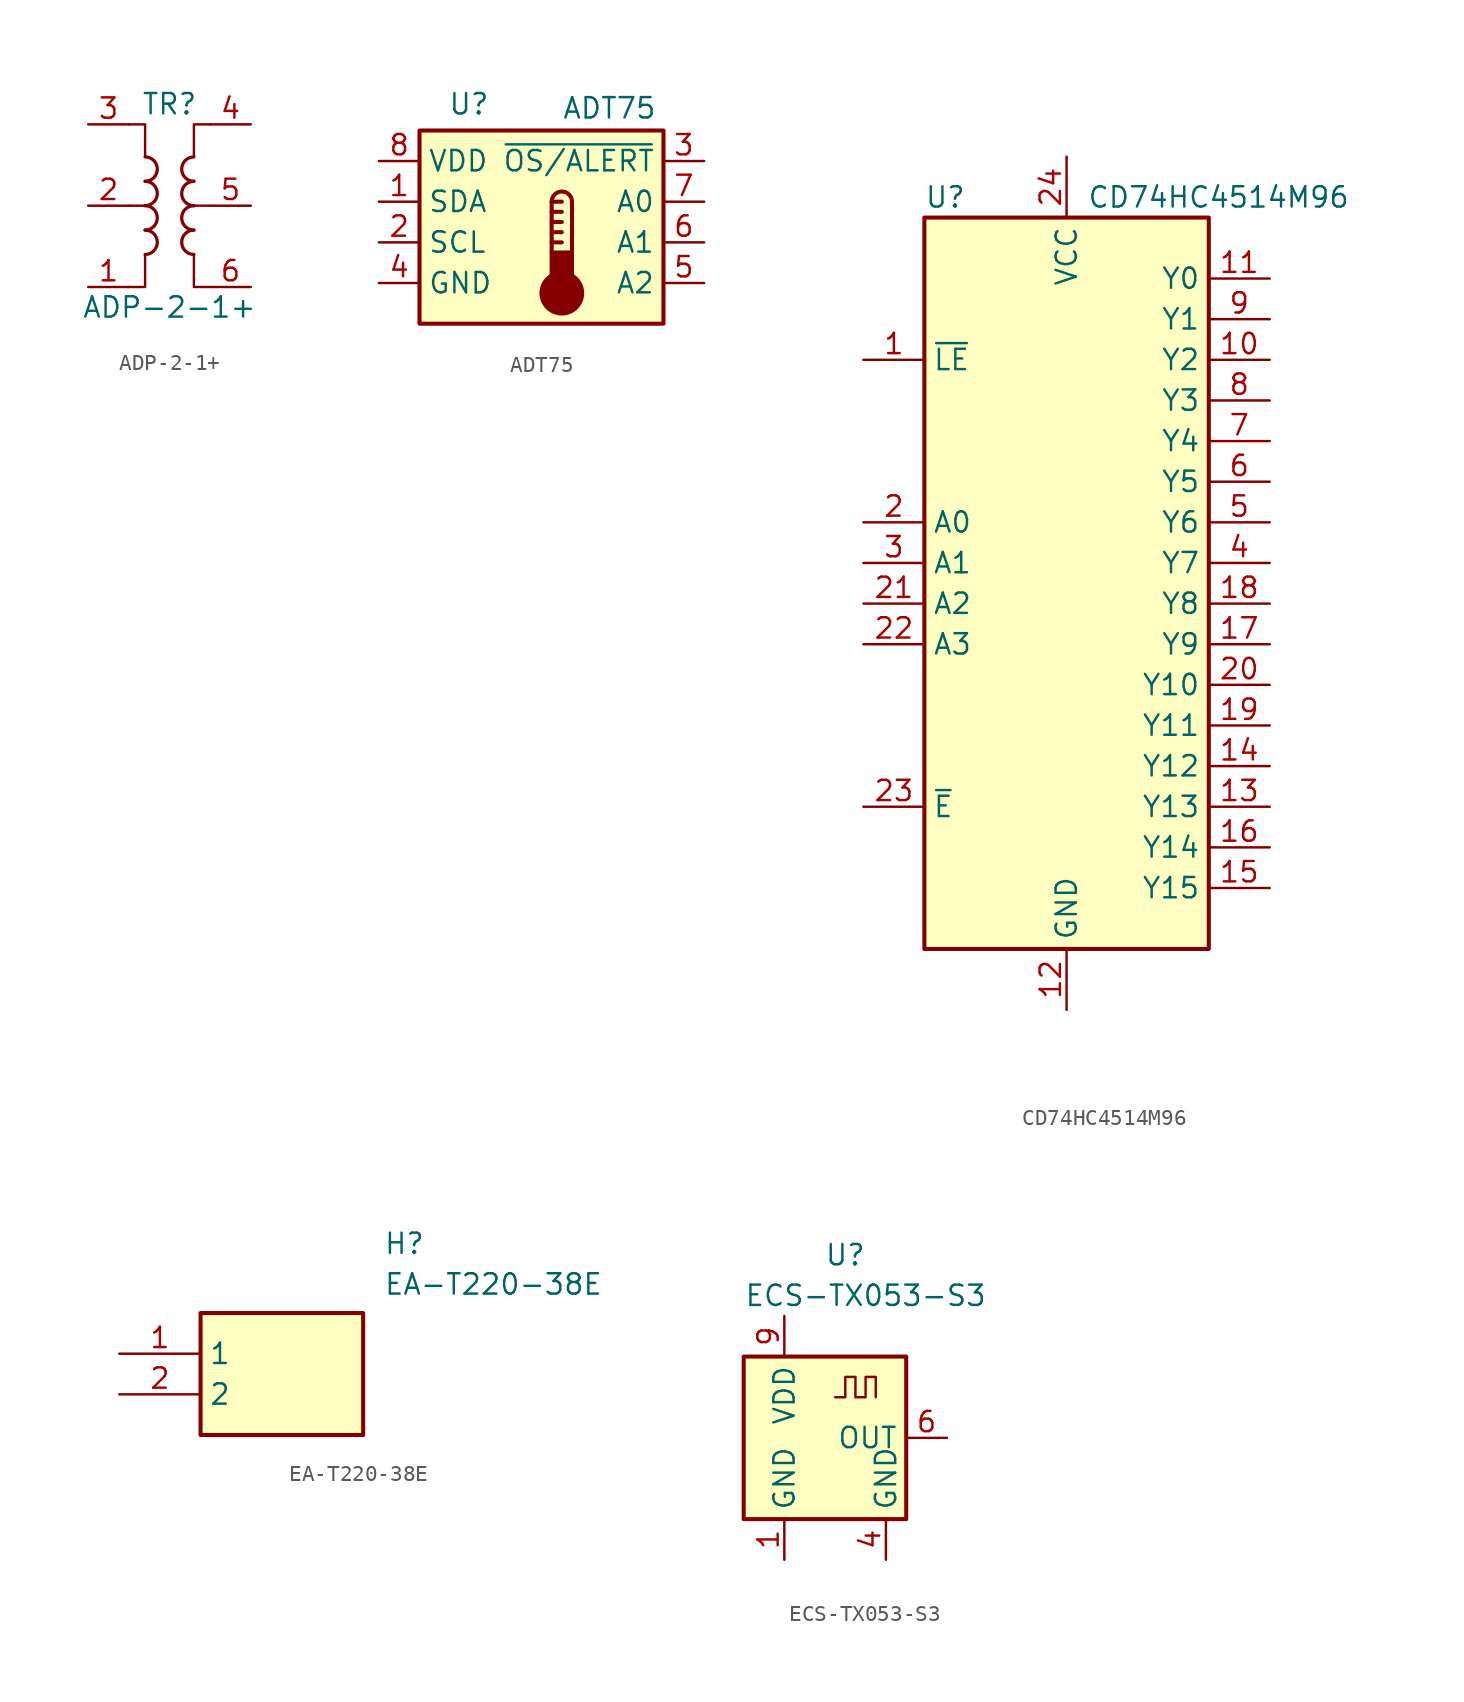
<source format=kicad_sym>
(kicad_symbol_lib
  (version 20231120)
  (generator "kicad_symbol_editor")
  (generator_version "8.0")
  (symbol "ADP-2-1+"
    (pin_names hide)
    (property "Reference" "TR"
      (at 0 6.35 0)
      (effects (font (size 1.27 1.27))))
    (property "Value" "ADP-2-1+"
      (at 0 -6.35 0)
      (effects (font (size 1.27 1.27))))
    (symbol "ADP-2-1+_0_1"
      (arc (start -1.524 -3.048) (mid -0.7653 -2.286) (end -1.524 -1.524) (stroke (width 0.2032) (type default)) (fill (type none)))
      (arc (start -1.524 -1.524) (mid -0.7653 -0.762) (end -1.524 0) (stroke (width 0.2032) (type default)) (fill (type none)))
      (arc (start -1.524 0) (mid -0.7653 0.762) (end -1.524 1.524) (stroke (width 0.2032) (type default)) (fill (type none)))
      (arc (start -1.524 1.524) (mid -0.7653 2.286) (end -1.524 3.048) (stroke (width 0.2032) (type default)) (fill (type none)))
      (polyline (pts (xy -2.54 0) (xy -1.27 0)) (stroke (width 0) (type default)) (fill (type none)))
      (polyline (pts (xy 2.54 0) (xy 1.27 0)) (stroke (width 0.152) (type default)) (fill (type none)))
      (polyline (pts (xy -2.54 5.08) (xy -1.524 5.08) (xy -1.524 3.048)) (stroke (width 0.152) (type default)) (fill (type none)))
      (polyline (pts (xy -1.524 -3.048) (xy -1.524 -5.08) (xy -2.54 -5.08)) (stroke (width 0.152) (type default)) (fill (type none)))
      (polyline (pts (xy 1.524 3.048) (xy 1.524 5.08) (xy 2.54 5.08)) (stroke (width 0.152) (type default)) (fill (type none)))
      (polyline (pts (xy 2.54 -5.08) (xy 1.524 -5.08) (xy 1.524 -3.048)) (stroke (width 0.152) (type default)) (fill (type none)))
      (arc (start 1.524 -1.524) (mid 0.7653 -2.286) (end 1.524 -3.048) (stroke (width 0.2032) (type default)) (fill (type none)))
      (arc (start 1.524 0) (mid 0.7653 -0.762) (end 1.524 -1.524) (stroke (width 0.2032) (type default)) (fill (type none)))
      (arc (start 1.524 1.524) (mid 0.7653 0.762) (end 1.524 0) (stroke (width 0.2032) (type default)) (fill (type none)))
      (arc (start 1.524 3.048) (mid 0.7653 2.286) (end 1.524 1.524) (stroke (width 0.2032) (type default)) (fill (type none))))
    (symbol "ADP-2-1+_1_1"
      (pin passive line (at -5.08 -5.08 0) (length 2.54) (name "~" (effects (font (size 1.27 1.27)))) (number "1" (effects (font (size 1.27 1.27)))))
      (pin passive line (at -5.08 0 0) (length 2.54) (name "~" (effects (font (size 1.27 1.27)))) (number "2" (effects (font (size 1.27 1.27)))))
      (pin passive line (at -5.08 5.08 0) (length 2.54) (name "~" (effects (font (size 1.27 1.27)))) (number "3" (effects (font (size 1.27 1.27)))))
      (pin passive line (at 5.08 5.08 180) (length 2.54) (name "~" (effects (font (size 1.27 1.27)))) (number "4" (effects (font (size 1.27 1.27)))))
      (pin passive line (at 5.08 0 180) (length 2.54) (name "~" (effects (font (size 1.27 1.27)))) (number "5" (effects (font (size 1.27 1.27)))))
      (pin passive line (at 5.08 -5.08 180) (length 2.54) (name "~" (effects (font (size 1.27 1.27)))) (number "6" (effects (font (size 1.27 1.27)))))))
  (symbol "ADT75"
    (property "Reference" "U"
      (at -3.302 6.096 0)
      (effects (font (size 1.27 1.27)) (justify left)))
    (property "Value" "ADT75"
      (at 3.81 5.842 0)
      (effects (font (size 1.27 1.27)) (justify left)))
    (symbol "ADT75_0_1"
      (rectangle (start -5.08 4.445) (end 10.16 -7.62) (stroke (width 0.254) (type default)) (fill (type background))))
    (symbol "ADT75_1_1"
      (polyline (pts (xy 3.175 -2.54) (xy 3.81 -2.54)) (stroke (width 0.254) (type default)) (fill (type none)))
      (polyline (pts (xy 3.175 -1.905) (xy 3.81 -1.905)) (stroke (width 0.254) (type default)) (fill (type none)))
      (polyline (pts (xy 3.175 -1.27) (xy 3.81 -1.27)) (stroke (width 0.254) (type default)) (fill (type none)))
      (polyline (pts (xy 3.175 -0.635) (xy 3.81 -0.635)) (stroke (width 0.254) (type default)) (fill (type none)))
      (polyline (pts (xy 3.175 0) (xy 3.175 -3.175)) (stroke (width 0.254) (type default)) (fill (type none)))
      (polyline (pts (xy 3.175 0) (xy 3.81 0)) (stroke (width 0.254) (type default)) (fill (type none)))
      (polyline (pts (xy 4.445 0) (xy 4.445 -3.175)) (stroke (width 0.254) (type default)) (fill (type none)))
      (circle (center 3.81 -5.715) (radius 1.27) (stroke (width 0.254) (type default)) (fill (type outline)))
      (rectangle (start 4.445 -5.08) (end 3.175 -3.175) (stroke (width 0.254) (type default)) (fill (type outline)))
      (arc (start 4.445 0) (mid 3.81 0.6323) (end 3.175 0) (stroke (width 0.254) (type default)) (fill (type none)))
      (pin bidirectional line (at -7.62 0 0) (length 2.54) (name "SDA" (effects (font (size 1.27 1.27)))) (number "1" (effects (font (size 1.27 1.27)))))
      (pin input line (at -7.62 -2.54 0) (length 2.54) (name "SCL" (effects (font (size 1.27 1.27)))) (number "2" (effects (font (size 1.27 1.27)))))
      (pin open_collector line (at 12.7 2.54 180) (length 2.54) (name "~{OS/ALERT}" (effects (font (size 1.27 1.27)))) (number "3" (effects (font (size 1.27 1.27)))) (alternate "~{ALERT}" open_collector line) (alternate "~{THERM2}" open_collector line))
      (pin power_in line (at -7.62 -5.08 0) (length 2.54) (name "GND" (effects (font (size 1.27 1.27)))) (number "4" (effects (font (size 1.27 1.27)))))
      (pin passive line (at 12.7 -5.08 180) (length 2.54) (name "A2" (effects (font (size 1.27 1.27)))) (number "5" (effects (font (size 1.27 1.27)))))
      (pin passive line (at 12.7 -2.54 180) (length 2.54) (name "A1" (effects (font (size 1.27 1.27)))) (number "6" (effects (font (size 1.27 1.27)))))
      (pin passive line (at 12.7 0 180) (length 2.54) (name "A0" (effects (font (size 1.27 1.27)))) (number "7" (effects (font (size 1.27 1.27)))))
      (pin power_in line (at -7.62 2.54 0) (length 2.54) (name "VDD" (effects (font (size 1.27 1.27)))) (number "8" (effects (font (size 1.27 1.27)))))))
  (symbol "CD74HC4514M96"
    (property "Reference" "U"
      (at -8.89 22.86 0)
      (effects (font (size 1.27 1.27)) (justify left)))
    (property "Value" "CD74HC4514M96"
      (at 1.27 22.86 0)
      (effects (font (size 1.27 1.27)) (justify left)))
    (symbol "CD74HC4514M96_0_1"
      (rectangle (start -8.89 21.59) (end 8.89 -24.13) (stroke (width 0.254) (type default)) (fill (type background))))
    (symbol "CD74HC4514M96_1_1"
      (pin passive line (at -12.7 12.7 0) (length 3.81) (name "~{LE}" (effects (font (size 1.27 1.27)))) (number "1" (effects (font (size 1.27 1.27)))))
      (pin passive line (at 12.7 12.7 180) (length 3.81) (name "Y2" (effects (font (size 1.27 1.27)))) (number "10" (effects (font (size 1.27 1.27)))))
      (pin passive line (at 12.7 17.78 180) (length 3.81) (name "Y0" (effects (font (size 1.27 1.27)))) (number "11" (effects (font (size 1.27 1.27)))))
      (pin power_in line (at 0 -27.94 90) (length 3.81) (name "GND" (effects (font (size 1.27 1.27)))) (number "12" (effects (font (size 1.27 1.27)))))
      (pin passive line (at 12.7 -15.24 180) (length 3.81) (name "Y13" (effects (font (size 1.27 1.27)))) (number "13" (effects (font (size 1.27 1.27)))))
      (pin passive line (at 12.7 -12.7 180) (length 3.81) (name "Y12" (effects (font (size 1.27 1.27)))) (number "14" (effects (font (size 1.27 1.27)))))
      (pin passive line (at 12.7 -20.32 180) (length 3.81) (name "Y15" (effects (font (size 1.27 1.27)))) (number "15" (effects (font (size 1.27 1.27)))))
      (pin passive line (at 12.7 -17.78 180) (length 3.81) (name "Y14" (effects (font (size 1.27 1.27)))) (number "16" (effects (font (size 1.27 1.27)))))
      (pin passive line (at 12.7 -5.08 180) (length 3.81) (name "Y9" (effects (font (size 1.27 1.27)))) (number "17" (effects (font (size 1.27 1.27)))))
      (pin passive line (at 12.7 -2.54 180) (length 3.81) (name "Y8" (effects (font (size 1.27 1.27)))) (number "18" (effects (font (size 1.27 1.27)))))
      (pin passive line (at 12.7 -10.16 180) (length 3.81) (name "Y11" (effects (font (size 1.27 1.27)))) (number "19" (effects (font (size 1.27 1.27)))))
      (pin input line (at -12.7 2.54 0) (length 3.81) (name "A0" (effects (font (size 1.27 1.27)))) (number "2" (effects (font (size 1.27 1.27)))))
      (pin passive line (at 12.7 -7.62 180) (length 3.81) (name "Y10" (effects (font (size 1.27 1.27)))) (number "20" (effects (font (size 1.27 1.27)))))
      (pin input line (at -12.7 -2.54 0) (length 3.81) (name "A2" (effects (font (size 1.27 1.27)))) (number "21" (effects (font (size 1.27 1.27)))))
      (pin input line (at -12.7 -5.08 0) (length 3.81) (name "A3" (effects (font (size 1.27 1.27)))) (number "22" (effects (font (size 1.27 1.27)))))
      (pin input line (at -12.7 -15.24 0) (length 3.81) (name "~{E}" (effects (font (size 1.27 1.27)))) (number "23" (effects (font (size 1.27 1.27)))))
      (pin power_in line (at 0 25.4 270) (length 3.81) (name "VCC" (effects (font (size 1.27 1.27)))) (number "24" (effects (font (size 1.27 1.27)))))
      (pin input line (at -12.7 0 0) (length 3.81) (name "A1" (effects (font (size 1.27 1.27)))) (number "3" (effects (font (size 1.27 1.27)))))
      (pin passive line (at 12.7 0 180) (length 3.81) (name "Y7" (effects (font (size 1.27 1.27)))) (number "4" (effects (font (size 1.27 1.27)))))
      (pin passive line (at 12.7 2.54 180) (length 3.81) (name "Y6" (effects (font (size 1.27 1.27)))) (number "5" (effects (font (size 1.27 1.27)))))
      (pin passive line (at 12.7 5.08 180) (length 3.81) (name "Y5" (effects (font (size 1.27 1.27)))) (number "6" (effects (font (size 1.27 1.27)))))
      (pin passive line (at 12.7 7.62 180) (length 3.81) (name "Y4" (effects (font (size 1.27 1.27)))) (number "7" (effects (font (size 1.27 1.27)))))
      (pin passive line (at 12.7 10.16 180) (length 3.81) (name "Y3" (effects (font (size 1.27 1.27)))) (number "8" (effects (font (size 1.27 1.27)))))
      (pin passive line (at 12.7 15.24 180) (length 3.81) (name "Y1" (effects (font (size 1.27 1.27)))) (number "9" (effects (font (size 1.27 1.27)))))))
  (symbol "EA-T220-38E"
    (property "Reference" "H"
      (at 16.51 7.62 0)
      (effects (font (size 1.27 1.27)) (justify left top)))
    (property "Value" "EA-T220-38E"
      (at 16.51 5.08 0)
      (effects (font (size 1.27 1.27)) (justify left top)))
    (symbol "EA-T220-38E_1_1"
      (rectangle (start 5.08 2.54) (end 15.24 -5.08) (stroke (width 0.254) (type default)) (fill (type background)))
      (pin passive line (at 0 0 0) (length 5.08) (name "1" (effects (font (size 1.27 1.27)))) (number "1" (effects (font (size 1.27 1.27)))))
      (pin passive line (at 0 -2.54 0) (length 5.08) (name "2" (effects (font (size 1.27 1.27)))) (number "2" (effects (font (size 1.27 1.27)))))))
  (symbol "ECS-TX053-S3"
    (property "Reference" "U"
      (at 1.27 11.43 0)
      (effects (font (size 1.27 1.27))))
    (property "Value" "ECS-TX053-S3"
      (at 2.54 8.89 0)
      (effects (font (size 1.27 1.27))))
    (symbol "ECS-TX053-S3_0_1"
      (rectangle (start -5.08 5.08) (end 5.08 -5.08) (stroke (width 0.254) (type default)) (fill (type background)))
      (polyline (pts (xy 0.635 2.54) (xy 1.27 2.54) (xy 1.27 3.81) (xy 1.905 3.81) (xy 1.905 2.54) (xy 2.54 2.54) (xy 2.54 3.81) (xy 3.175 3.81) (xy 3.175 2.54)) (stroke (width 0) (type default)) (fill (type none))))
    (symbol "ECS-TX053-S3_1_1"
      (pin power_in line (at -2.54 -7.62 90) (length 2.54) (name "GND" (effects (font (size 1.27 1.27)))) (number "1" (effects (font (size 1.27 1.27)))))
      (pin power_in line (at 3.81 -7.62 90) (length 2.54) (name "GND" (effects (font (size 1.27 1.27)))) (number "4" (effects (font (size 1.27 1.27)))))
      (pin output line (at 7.62 0 180) (length 2.54) (name "OUT" (effects (font (size 1.27 1.27)))) (number "6" (effects (font (size 1.27 1.27)))))
      (pin power_in line (at -2.54 7.62 270) (length 2.54) (name "VDD" (effects (font (size 1.27 1.27)))) (number "9" (effects (font (size 1.27 1.27))))))))
</source>
